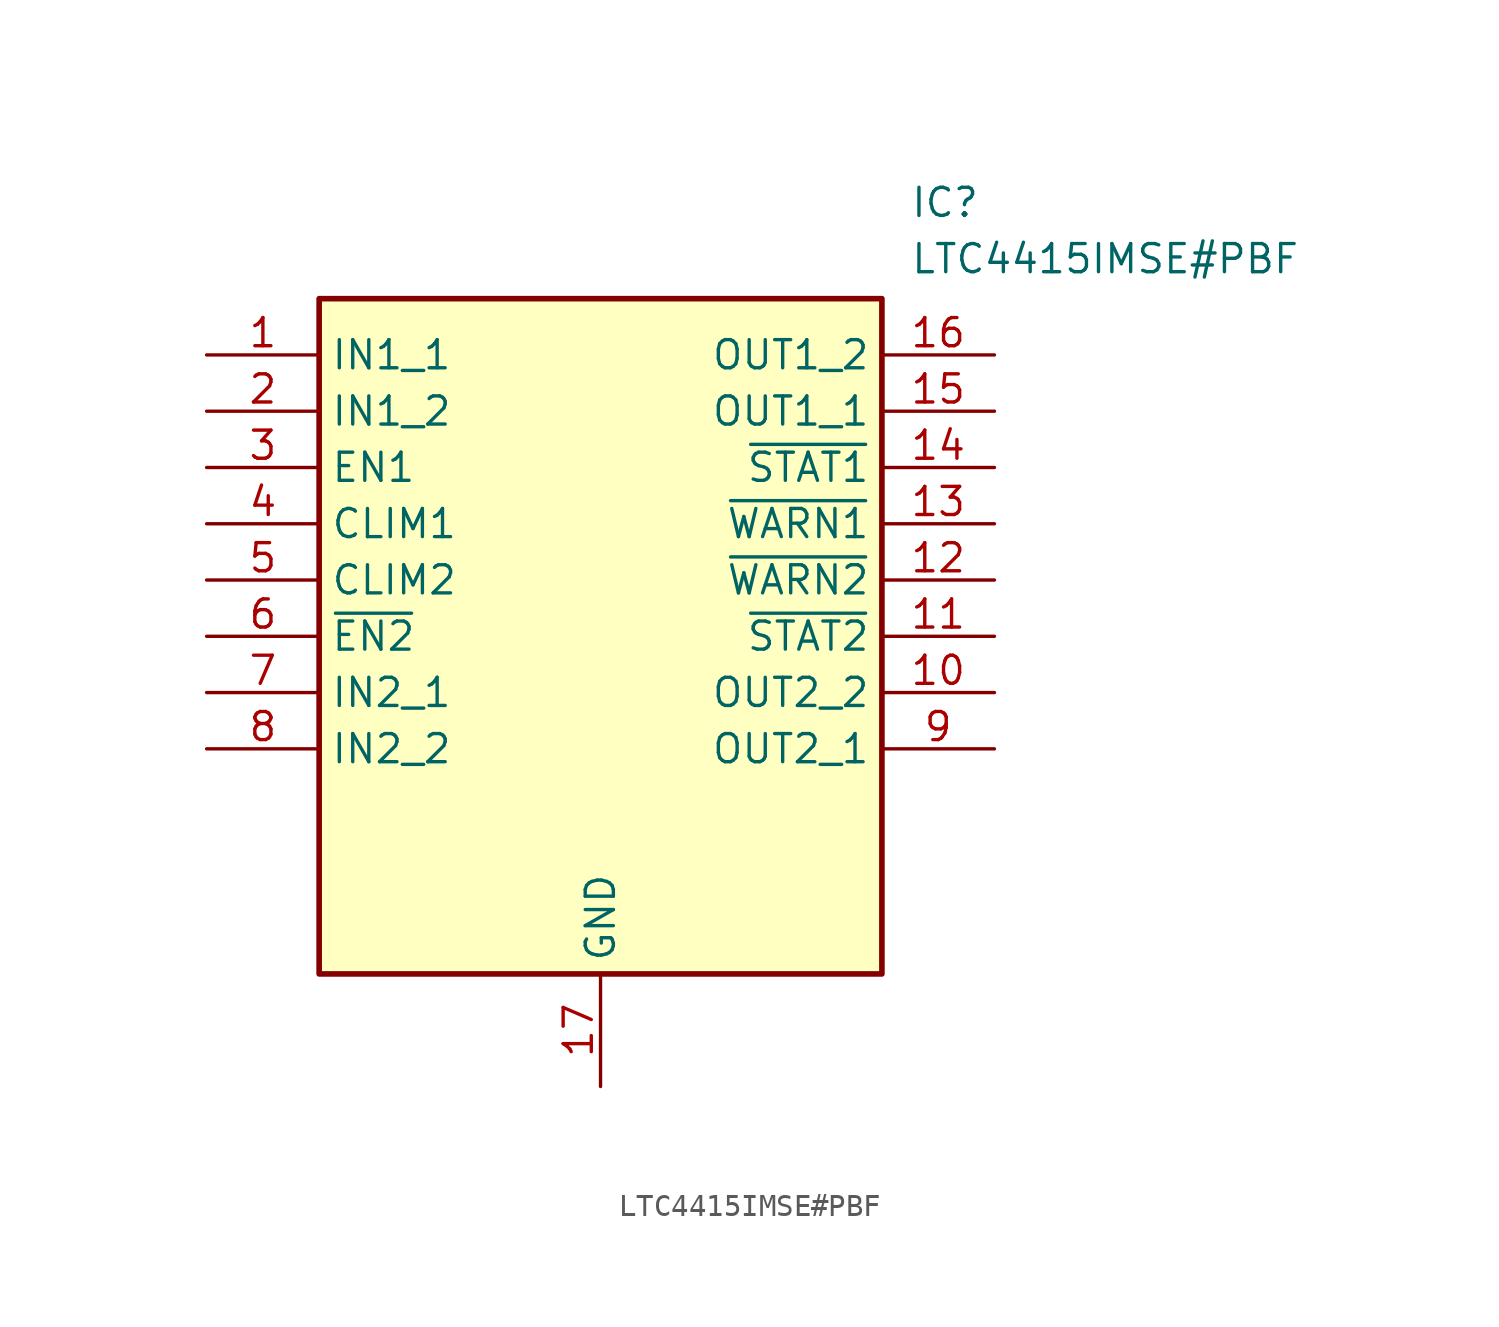
<source format=kicad_sym>
(kicad_symbol_lib
  (version 20211014)
  (generator SamacSys_ECAD_Model)
  (symbol "LTC4415IMSE#PBF"
    (property "Reference" "IC"
      (at 31.75 7.62 0)
      (effects (font (size 1.27 1.27)) (justify left top)))
    (property "Value" "LTC4415IMSE#PBF"
      (at 31.75 5.08 0)
      (effects (font (size 1.27 1.27)) (justify left top)))
    (rectangle
      (start 5.08 2.54)
      (end 30.48 -27.94)
      (stroke (width 0.254) (type default))
      (fill (type background)))
    (pin passive line
      (at 0 0 0)
      (length 5.08)
      (name "IN1_1" (effects (font (size 1.27 1.27))))
      (number "1" (effects (font (size 1.27 1.27)))))
    (pin passive line
      (at 0 -2.54 0)
      (length 5.08)
      (name "IN1_2" (effects (font (size 1.27 1.27))))
      (number "2" (effects (font (size 1.27 1.27)))))
    (pin passive line
      (at 0 -5.08 0)
      (length 5.08)
      (name "EN1" (effects (font (size 1.27 1.27))))
      (number "3" (effects (font (size 1.27 1.27)))))
    (pin passive line
      (at 0 -7.62 0)
      (length 5.08)
      (name "CLIM1" (effects (font (size 1.27 1.27))))
      (number "4" (effects (font (size 1.27 1.27)))))
    (pin passive line
      (at 0 -10.16 0)
      (length 5.08)
      (name "CLIM2" (effects (font (size 1.27 1.27))))
      (number "5" (effects (font (size 1.27 1.27)))))
    (pin passive line
      (at 0 -12.7 0)
      (length 5.08)
      (name "~{EN2}" (effects (font (size 1.27 1.27))))
      (number "6" (effects (font (size 1.27 1.27)))))
    (pin passive line
      (at 0 -15.24 0)
      (length 5.08)
      (name "IN2_1" (effects (font (size 1.27 1.27))))
      (number "7" (effects (font (size 1.27 1.27)))))
    (pin passive line
      (at 0 -17.78 0)
      (length 5.08)
      (name "IN2_2" (effects (font (size 1.27 1.27))))
      (number "8" (effects (font (size 1.27 1.27)))))
    (pin passive line
      (at 17.78 -33.02 90)
      (length 5.08)
      (name "GND" (effects (font (size 1.27 1.27))))
      (number "17" (effects (font (size 1.27 1.27)))))
    (pin passive line
      (at 35.56 0 180)
      (length 5.08)
      (name "OUT1_2" (effects (font (size 1.27 1.27))))
      (number "16" (effects (font (size 1.27 1.27)))))
    (pin passive line
      (at 35.56 -2.54 180)
      (length 5.08)
      (name "OUT1_1" (effects (font (size 1.27 1.27))))
      (number "15" (effects (font (size 1.27 1.27)))))
    (pin passive line
      (at 35.56 -5.08 180)
      (length 5.08)
      (name "~{STAT1}" (effects (font (size 1.27 1.27))))
      (number "14" (effects (font (size 1.27 1.27)))))
    (pin passive line
      (at 35.56 -7.62 180)
      (length 5.08)
      (name "~{WARN1}" (effects (font (size 1.27 1.27))))
      (number "13" (effects (font (size 1.27 1.27)))))
    (pin passive line
      (at 35.56 -10.16 180)
      (length 5.08)
      (name "~{WARN2}" (effects (font (size 1.27 1.27))))
      (number "12" (effects (font (size 1.27 1.27)))))
    (pin passive line
      (at 35.56 -12.7 180)
      (length 5.08)
      (name "~{STAT2}" (effects (font (size 1.27 1.27))))
      (number "11" (effects (font (size 1.27 1.27)))))
    (pin passive line
      (at 35.56 -15.24 180)
      (length 5.08)
      (name "OUT2_2" (effects (font (size 1.27 1.27))))
      (number "10" (effects (font (size 1.27 1.27)))))
    (pin passive line
      (at 35.56 -17.78 180)
      (length 5.08)
      (name "OUT2_1" (effects (font (size 1.27 1.27))))
      (number "9" (effects (font (size 1.27 1.27)))))))
</source>
